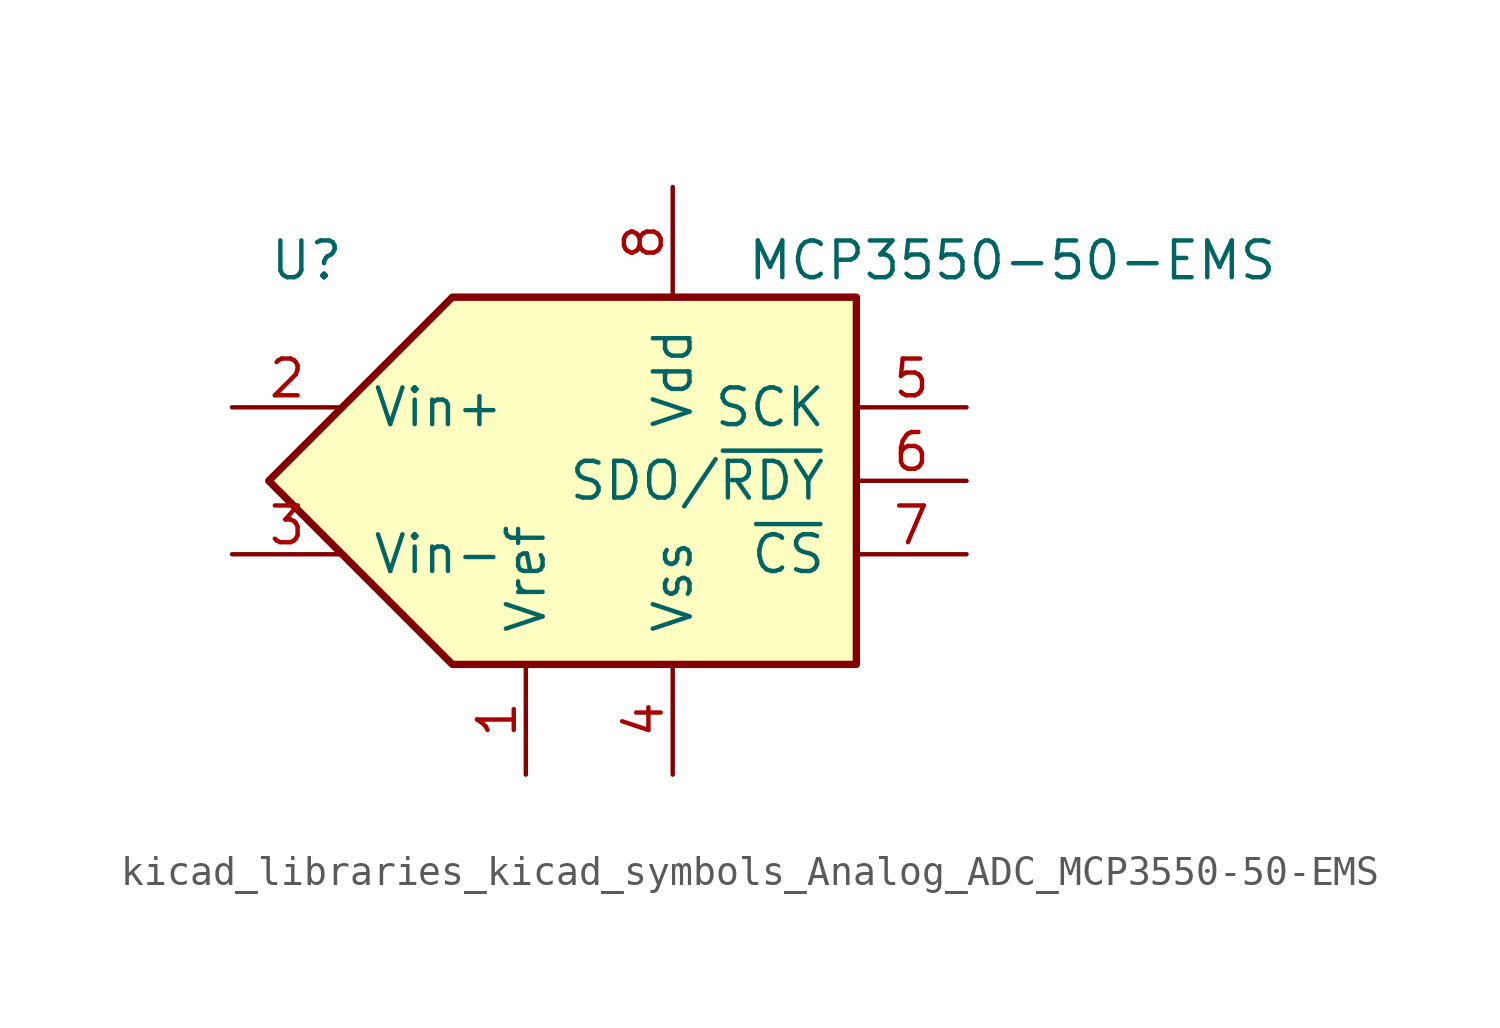
<source format=kicad_sym>
(kicad_symbol_lib
  (version 20220914)
  (generator kicad_symbol_editor)
  (symbol "kicad_libraries_kicad_symbols_Analog_ADC_MCP3550-50-EMS"
    (pin_names
      (offset 1.016))
    (property "Reference" "U"
      (at -11.43 7.62 0)
      (effects (font (size 1.27 1.27)) (justify left)))
    (property "Value" "MCP3550-50-EMS"
      (at 5.08 7.62 0)
      (effects (font (size 1.27 1.27)) (justify left)))
    (symbol "kicad_libraries_kicad_symbols_Analog_ADC_MCP3550-50-EMS_0_1"
      (polyline (pts (xy -5.08 6.35) (xy 8.89 6.35) (xy 8.89 0) (xy 8.89 -6.35) (xy -5.08 -6.35) (xy -11.43 0) (xy -5.08 6.35)) (stroke (width 0.254) (type default)) (fill (type background))))
    (symbol "kicad_libraries_kicad_symbols_Analog_ADC_MCP3550-50-EMS_1_1"
      (pin input line (at -2.54 -10.16 90) (length 3.81) (name "Vref" (effects (font (size 1.27 1.27)))) (number "1" (effects (font (size 1.27 1.27)))))
      (pin passive line (at -12.7 2.54 0) (length 3.81) (name "Vin+" (effects (font (size 1.27 1.27)))) (number "2" (effects (font (size 1.27 1.27)))))
      (pin passive line (at -12.7 -2.54 0) (length 3.81) (name "Vin-" (effects (font (size 1.27 1.27)))) (number "3" (effects (font (size 1.27 1.27)))))
      (pin power_in line (at 2.54 -10.16 90) (length 3.81) (name "Vss" (effects (font (size 1.27 1.27)))) (number "4" (effects (font (size 1.27 1.27)))))
      (pin input line (at 12.7 2.54 180) (length 3.81) (name "SCK" (effects (font (size 1.27 1.27)))) (number "5" (effects (font (size 1.27 1.27)))))
      (pin output line (at 12.7 0 180) (length 3.81) (name "SDO/~{RDY}" (effects (font (size 1.27 1.27)))) (number "6" (effects (font (size 1.27 1.27)))))
      (pin input line (at 12.7 -2.54 180) (length 3.81) (name "~{CS}" (effects (font (size 1.27 1.27)))) (number "7" (effects (font (size 1.27 1.27)))))
      (pin power_in line (at 2.54 10.16 270) (length 3.81) (name "Vdd" (effects (font (size 1.27 1.27)))) (number "8" (effects (font (size 1.27 1.27))))))))
</source>
